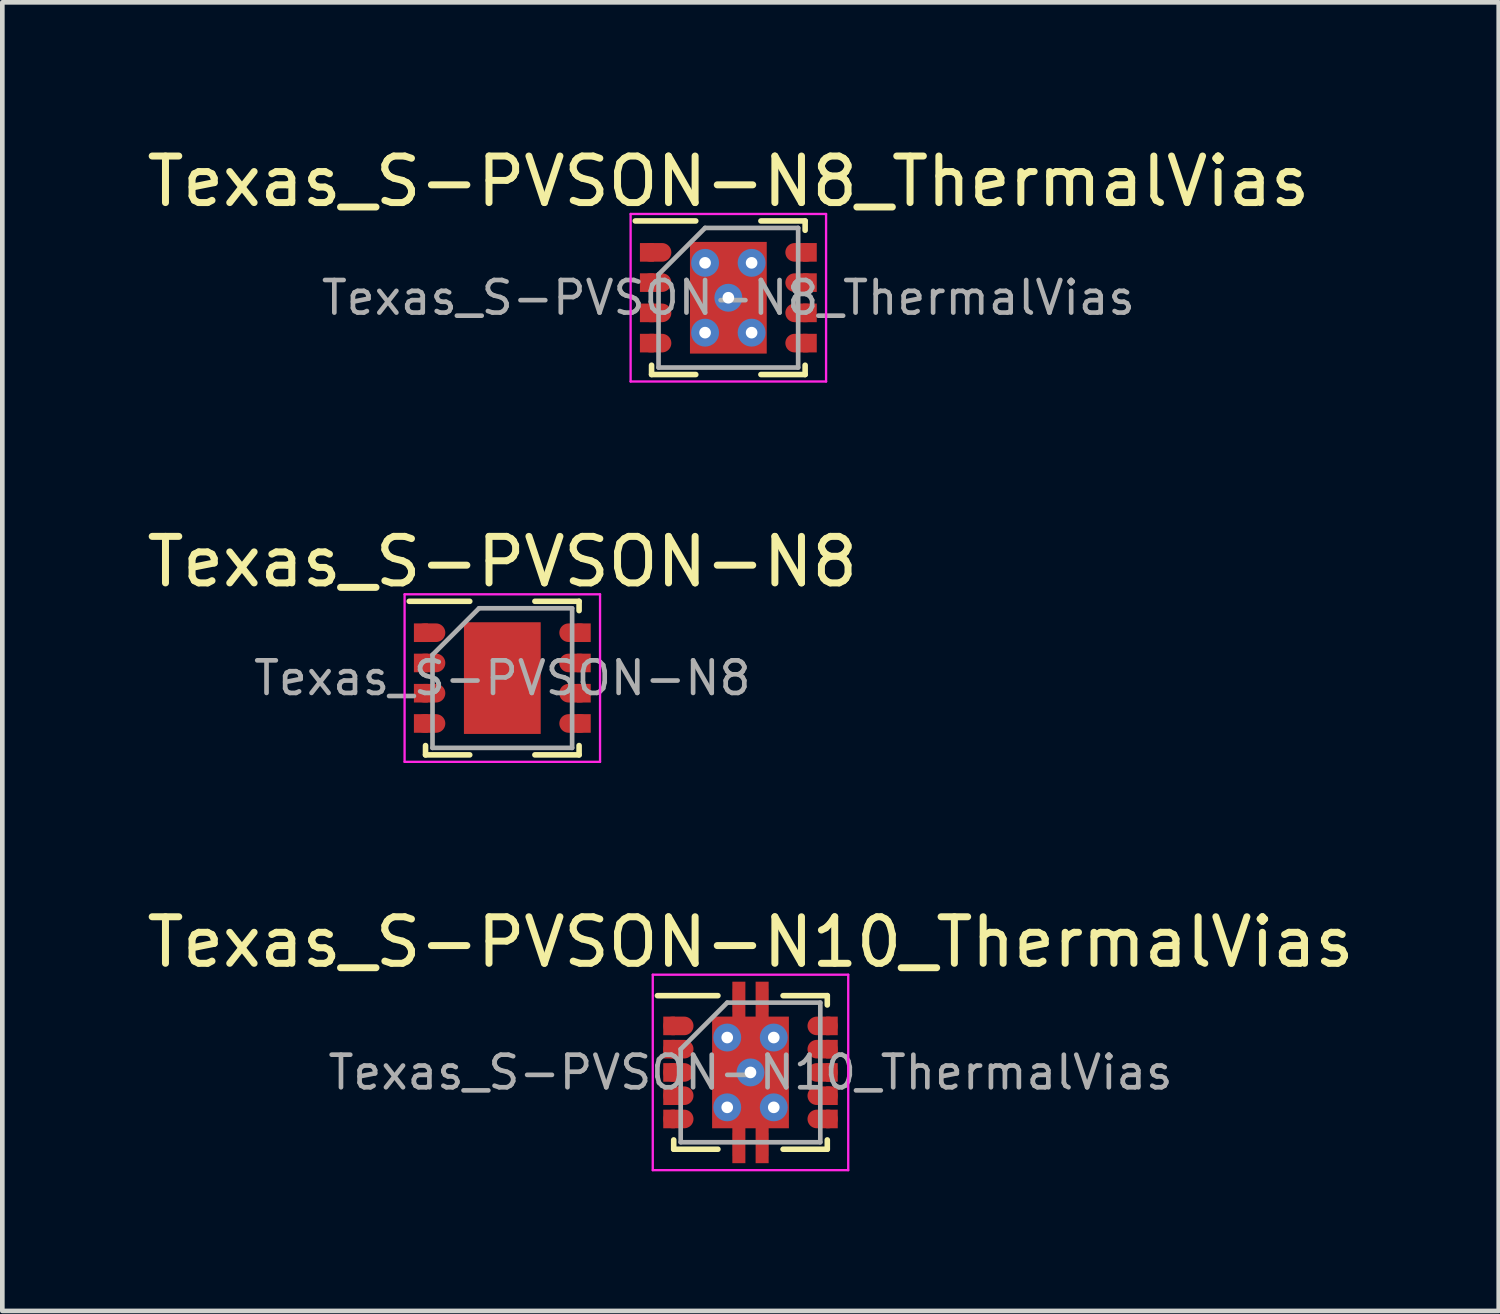
<source format=kicad_pcb>
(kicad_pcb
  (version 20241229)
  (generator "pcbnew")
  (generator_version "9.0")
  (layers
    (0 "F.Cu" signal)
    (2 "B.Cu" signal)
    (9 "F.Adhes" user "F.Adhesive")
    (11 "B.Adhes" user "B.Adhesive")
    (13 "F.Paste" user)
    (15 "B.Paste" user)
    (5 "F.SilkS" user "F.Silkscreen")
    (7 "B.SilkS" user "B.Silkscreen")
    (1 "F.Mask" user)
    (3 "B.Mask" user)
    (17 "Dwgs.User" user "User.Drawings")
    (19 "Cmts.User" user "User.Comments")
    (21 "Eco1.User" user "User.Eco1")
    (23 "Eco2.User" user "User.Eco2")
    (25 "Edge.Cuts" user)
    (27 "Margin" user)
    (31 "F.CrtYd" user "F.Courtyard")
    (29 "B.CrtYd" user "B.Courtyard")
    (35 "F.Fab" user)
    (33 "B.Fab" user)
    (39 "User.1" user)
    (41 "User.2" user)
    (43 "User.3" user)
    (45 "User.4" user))
  (footprint "Texas_S-PVSON-N10_ThermalVias"
    (layer "F.Cu")
    (at 13.077 19.995)
    (property "Reference" "Texas_S-PVSON-N10_ThermalVias" (at 0 -2.8 0) (layer "F.SilkS") (effects (font (size 1 1) (thickness 0.15))))
    (attr smd)
    (fp_line (start -2 -1.65) (end -0.7 -1.65) (stroke (width 0.12) (type solid)) (layer "F.SilkS"))
    (fp_line (start -1.65 1.65) (end -1.65 1.45) (stroke (width 0.12) (type solid)) (layer "F.SilkS"))
    (fp_line (start -1.65 1.65) (end -0.7 1.65) (stroke (width 0.12) (type solid)) (layer "F.SilkS"))
    (fp_line (start 0.7 -1.65) (end 1.65 -1.65) (stroke (width 0.12) (type solid)) (layer "F.SilkS"))
    (fp_line (start 0.7 1.65) (end 1.65 1.65) (stroke (width 0.12) (type solid)) (layer "F.SilkS"))
    (fp_line (start 1.65 -1.45) (end 1.65 -1.65) (stroke (width 0.12) (type solid)) (layer "F.SilkS"))
    (fp_line (start 1.65 1.45) (end 1.65 1.65) (stroke (width 0.12) (type solid)) (layer "F.SilkS"))
    (fp_line (start -2.1 -2.1) (end -2.1 2.1) (stroke (width 0.05) (type solid)) (layer "F.CrtYd"))
    (fp_line (start -2.1 -2.1) (end 2.1 -2.1) (stroke (width 0.05) (type solid)) (layer "F.CrtYd"))
    (fp_line (start -2.1 2.1) (end 2.1 2.1) (stroke (width 0.05) (type solid)) (layer "F.CrtYd"))
    (fp_line (start 2.1 -2.1) (end 2.1 2.1) (stroke (width 0.05) (type solid)) (layer "F.CrtYd"))
    (fp_line (start -1.5 1.5) (end -1.5 -0.5) (stroke (width 0.1) (type solid)) (layer "F.Fab"))
    (fp_line (start -0.5 -1.5) (end -1.5 -0.5) (stroke (width 0.1) (type solid)) (layer "F.Fab"))
    (fp_line (start -0.5 -1.5) (end 1.5 -1.5) (stroke (width 0.1) (type solid)) (layer "F.Fab"))
    (fp_line (start 1.5 -1.5) (end 1.5 1.5) (stroke (width 0.1) (type solid)) (layer "F.Fab"))
    (fp_line (start 1.5 1.5) (end -1.5 1.5) (stroke (width 0.1) (type solid)) (layer "F.Fab"))
    (fp_text user "${REFERENCE}" (at 0 0 0) (layer "F.Fab") (effects (font (size 0.7 0.7) (thickness 0.1))))
    (pad "1" smd rect (at -1.75 -1) (size 0.25 0.4) (layers "F.Cu" "F.Mask" "F.Paste"))
    (pad "1" smd oval (at -1.55 -1) (size 0.65 0.4) (layers "F.Cu" "F.Mask" "F.Paste"))
    (pad "2" smd rect (at -1.75 -0.5) (size 0.25 0.4) (layers "F.Cu" "F.Mask" "F.Paste"))
    (pad "2" smd oval (at -1.55 -0.5) (size 0.65 0.4) (layers "F.Cu" "F.Mask" "F.Paste"))
    (pad "3" smd rect (at -1.75 0) (size 0.25 0.4) (layers "F.Cu" "F.Mask" "F.Paste"))
    (pad "3" smd oval (at -1.55 0) (size 0.65 0.4) (layers "F.Cu" "F.Mask" "F.Paste"))
    (pad "4" smd rect (at -1.75 0.5) (size 0.25 0.4) (layers "F.Cu" "F.Mask" "F.Paste"))
    (pad "4" smd oval (at -1.55 0.5) (size 0.65 0.4) (layers "F.Cu" "F.Mask" "F.Paste"))
    (pad "5" smd rect (at -1.75 1) (size 0.25 0.4) (layers "F.Cu" "F.Mask" "F.Paste"))
    (pad "5" smd oval (at -1.55 1) (size 0.65 0.4) (layers "F.Cu" "F.Mask" "F.Paste"))
    (pad "6" smd oval (at 1.55 1) (size 0.65 0.4) (layers "F.Cu" "F.Mask" "F.Paste"))
    (pad "6" smd rect (at 1.75 1) (size 0.25 0.4) (layers "F.Cu" "F.Mask" "F.Paste"))
    (pad "7" smd oval (at 1.55 0.5) (size 0.65 0.4) (layers "F.Cu" "F.Mask" "F.Paste"))
    (pad "7" smd rect (at 1.75 0.5) (size 0.25 0.4) (layers "F.Cu" "F.Mask" "F.Paste"))
    (pad "8" smd oval (at 1.55 0) (size 0.65 0.4) (layers "F.Cu" "F.Mask" "F.Paste"))
    (pad "8" smd rect (at 1.75 0) (size 0.25 0.4) (layers "F.Cu" "F.Mask" "F.Paste"))
    (pad "9" smd oval (at 1.55 -0.5) (size 0.65 0.4) (layers "F.Cu" "F.Mask" "F.Paste"))
    (pad "9" smd rect (at 1.75 -0.5) (size 0.25 0.4) (layers "F.Cu" "F.Mask" "F.Paste"))
    (pad "10" smd oval (at 1.55 -1) (size 0.65 0.4) (layers "F.Cu" "F.Mask" "F.Paste"))
    (pad "10" smd rect (at 1.75 -1) (size 0.25 0.4) (layers "F.Cu" "F.Mask" "F.Paste"))
    (pad "11" thru_hole circle (at -0.5 -0.75) (size 0.6 0.6) (drill 0.25) (layers "*.Cu" "*.Mask"))
    (pad "11" thru_hole circle (at -0.5 0.75) (size 0.6 0.6) (drill 0.25) (layers "*.Cu" "*.Mask"))
    (pad "11" smd rect (at -0.45 -0.635) (size 0.68 1.05) (layers "F.Cu" "F.Mask" "F.Paste"))
    (pad "11" smd rect (at -0.45 0.635) (size 0.68 1.05) (layers "F.Cu" "F.Mask" "F.Paste"))
    (pad "11" smd rect (at -0.25 -1.55) (size 0.26 0.5) (layers "F.Cu" "F.Mask" "F.Paste"))
    (pad "11" smd rect (at -0.25 -1.55) (size 0.28 0.8) (layers "F.Cu" "F.Mask"))
    (pad "11" smd rect (at -0.25 1.55) (size 0.26 0.5) (layers "F.Cu" "F.Mask" "F.Paste"))
    (pad "11" smd rect (at -0.25 1.55) (size 0.28 0.8) (layers "F.Cu" "F.Mask"))
    (pad "11" thru_hole circle (at 0 0) (size 0.6 0.6) (drill 0.25) (layers "*.Cu" "*.Mask"))
    (pad "11" smd rect (at 0 0) (size 1.65 2.4) (layers "F.Cu" "F.Mask"))
    (pad "11" smd rect (at 0.25 -1.55) (size 0.26 0.5) (layers "F.Cu" "F.Mask" "F.Paste"))
    (pad "11" smd rect (at 0.25 -1.55) (size 0.28 0.8) (layers "F.Cu" "F.Mask"))
    (pad "11" smd rect (at 0.25 1.55) (size 0.26 0.5) (layers "F.Cu" "F.Mask" "F.Paste"))
    (pad "11" smd rect (at 0.25 1.55) (size 0.28 0.8) (layers "F.Cu" "F.Mask"))
    (pad "11" smd rect (at 0.45 -0.635) (size 0.68 1.05) (layers "F.Cu" "F.Mask" "F.Paste"))
    (pad "11" smd rect (at 0.45 0.635) (size 0.68 1.05) (layers "F.Cu" "F.Mask" "F.Paste"))
    (pad "11" thru_hole circle (at 0.5 -0.75) (size 0.6 0.6) (drill 0.25) (layers "*.Cu" "*.Mask"))
    (pad "11" thru_hole circle (at 0.5 0.75) (size 0.6 0.6) (drill 0.25) (layers "*.Cu" "*.Mask")))
  (footprint "Texas_S-PVSON-N8_ThermalVias"
    (layer "F.Cu")
    (at 12.601 3.348)
    (property "Reference" "Texas_S-PVSON-N8_ThermalVias" (at 0 -2.5 0) (layer "F.SilkS") (effects (font (size 1 1) (thickness 0.15))))
    (attr smd)
    (fp_line (start -2 -1.65) (end -0.7 -1.65) (stroke (width 0.12) (type solid)) (layer "F.SilkS"))
    (fp_line (start -1.65 1.65) (end -1.65 1.45) (stroke (width 0.12) (type solid)) (layer "F.SilkS"))
    (fp_line (start -1.65 1.65) (end -0.7 1.65) (stroke (width 0.12) (type solid)) (layer "F.SilkS"))
    (fp_line (start 0.7 -1.65) (end 1.65 -1.65) (stroke (width 0.12) (type solid)) (layer "F.SilkS"))
    (fp_line (start 0.7 1.65) (end 1.65 1.65) (stroke (width 0.12) (type solid)) (layer "F.SilkS"))
    (fp_line (start 1.65 -1.45) (end 1.65 -1.65) (stroke (width 0.12) (type solid)) (layer "F.SilkS"))
    (fp_line (start 1.65 1.45) (end 1.65 1.65) (stroke (width 0.12) (type solid)) (layer "F.SilkS"))
    (fp_line (start -2.1 -1.8) (end -2.1 1.8) (stroke (width 0.05) (type solid)) (layer "F.CrtYd"))
    (fp_line (start -2.1 -1.8) (end 2.1 -1.8) (stroke (width 0.05) (type solid)) (layer "F.CrtYd"))
    (fp_line (start -2.1 1.8) (end 2.1 1.8) (stroke (width 0.05) (type solid)) (layer "F.CrtYd"))
    (fp_line (start 2.1 -1.8) (end 2.1 1.8) (stroke (width 0.05) (type solid)) (layer "F.CrtYd"))
    (fp_line (start -1.5 1.5) (end -1.5 -0.5) (stroke (width 0.1) (type solid)) (layer "F.Fab"))
    (fp_line (start -0.5 -1.5) (end -1.5 -0.5) (stroke (width 0.1) (type solid)) (layer "F.Fab"))
    (fp_line (start -0.5 -1.5) (end 1.5 -1.5) (stroke (width 0.1) (type solid)) (layer "F.Fab"))
    (fp_line (start 1.5 -1.5) (end 1.5 1.5) (stroke (width 0.1) (type solid)) (layer "F.Fab"))
    (fp_line (start 1.5 1.5) (end -1.5 1.5) (stroke (width 0.1) (type solid)) (layer "F.Fab"))
    (fp_text user "${REFERENCE}" (at 0 0 0) (layer "F.Fab") (effects (font (size 0.7 0.7) (thickness 0.1))))
    (pad "1" smd rect (at -1.75 -0.975) (size 0.3 0.4) (layers "F.Cu" "F.Mask" "F.Paste"))
    (pad "1" smd oval (at -1.55 -0.975) (size 0.65 0.4) (layers "F.Cu" "F.Mask" "F.Paste"))
    (pad "2" smd rect (at -1.75 -0.325) (size 0.3 0.4) (layers "F.Cu" "F.Mask" "F.Paste"))
    (pad "2" smd oval (at -1.55 -0.325) (size 0.65 0.4) (layers "F.Cu" "F.Mask" "F.Paste"))
    (pad "3" smd rect (at -1.75 0.325) (size 0.3 0.4) (layers "F.Cu" "F.Mask" "F.Paste"))
    (pad "3" smd oval (at -1.55 0.325) (size 0.65 0.4) (layers "F.Cu" "F.Mask" "F.Paste"))
    (pad "4" smd rect (at -1.75 0.975) (size 0.3 0.4) (layers "F.Cu" "F.Mask" "F.Paste"))
    (pad "4" smd oval (at -1.55 0.975) (size 0.65 0.4) (layers "F.Cu" "F.Mask" "F.Paste"))
    (pad "5" smd oval (at 1.55 0.975) (size 0.65 0.4) (layers "F.Cu" "F.Mask" "F.Paste"))
    (pad "5" smd rect (at 1.75 0.975) (size 0.3 0.4) (layers "F.Cu" "F.Mask" "F.Paste"))
    (pad "6" smd oval (at 1.55 0.325) (size 0.65 0.4) (layers "F.Cu" "F.Mask" "F.Paste"))
    (pad "6" smd rect (at 1.75 0.325) (size 0.3 0.4) (layers "F.Cu" "F.Mask" "F.Paste"))
    (pad "7" smd oval (at 1.55 -0.325) (size 0.65 0.4) (layers "F.Cu" "F.Mask" "F.Paste"))
    (pad "7" smd rect (at 1.75 -0.325) (size 0.3 0.4) (layers "F.Cu" "F.Mask" "F.Paste"))
    (pad "8" smd oval (at 1.55 -0.975) (size 0.65 0.4) (layers "F.Cu" "F.Mask" "F.Paste"))
    (pad "8" smd rect (at 1.75 -0.975) (size 0.3 0.4) (layers "F.Cu" "F.Mask" "F.Paste"))
    (pad "9" thru_hole circle (at -0.5 -0.75) (size 0.6 0.6) (drill 0.25) (layers "*.Cu" "*.Mask"))
    (pad "9" thru_hole circle (at -0.5 0.75) (size 0.6 0.6) (drill 0.25) (layers "*.Cu" "*.Mask"))
    (pad "9" thru_hole circle (at 0 0) (size 0.6 0.6) (drill 0.25) (layers "*.Cu" "*.Mask"))
    (pad "9" smd rect (at 0 0) (size 1.65 2.4) (layers "F.Cu" "F.Mask"))
    (pad "9" thru_hole circle (at 0.5 -0.75) (size 0.6 0.6) (drill 0.25) (layers "*.Cu" "*.Mask"))
    (pad "9" thru_hole circle (at 0.5 0.75) (size 0.6 0.6) (drill 0.25) (layers "*.Cu" "*.Mask")))
  (footprint "Texas_S-PVSON-N8"
    (layer "F.Cu")
    (at 7.744 11.521)
    (property "Reference" "Texas_S-PVSON-N8" (at 0 -2.5 0) (layer "F.SilkS") (effects (font (size 1 1) (thickness 0.15))))
    (attr smd)
    (fp_line (start -2 -1.65) (end -0.7 -1.65) (stroke (width 0.12) (type solid)) (layer "F.SilkS"))
    (fp_line (start -1.65 1.65) (end -1.65 1.45) (stroke (width 0.12) (type solid)) (layer "F.SilkS"))
    (fp_line (start -1.65 1.65) (end -0.7 1.65) (stroke (width 0.12) (type solid)) (layer "F.SilkS"))
    (fp_line (start 0.7 -1.65) (end 1.65 -1.65) (stroke (width 0.12) (type solid)) (layer "F.SilkS"))
    (fp_line (start 0.7 1.65) (end 1.65 1.65) (stroke (width 0.12) (type solid)) (layer "F.SilkS"))
    (fp_line (start 1.65 -1.45) (end 1.65 -1.65) (stroke (width 0.12) (type solid)) (layer "F.SilkS"))
    (fp_line (start 1.65 1.45) (end 1.65 1.65) (stroke (width 0.12) (type solid)) (layer "F.SilkS"))
    (fp_line (start -2.1 -1.8) (end -2.1 1.8) (stroke (width 0.05) (type solid)) (layer "F.CrtYd"))
    (fp_line (start -2.1 -1.8) (end 2.1 -1.8) (stroke (width 0.05) (type solid)) (layer "F.CrtYd"))
    (fp_line (start -2.1 1.8) (end 2.1 1.8) (stroke (width 0.05) (type solid)) (layer "F.CrtYd"))
    (fp_line (start 2.1 -1.8) (end 2.1 1.8) (stroke (width 0.05) (type solid)) (layer "F.CrtYd"))
    (fp_line (start -1.5 1.5) (end -1.5 -0.5) (stroke (width 0.1) (type solid)) (layer "F.Fab"))
    (fp_line (start -0.5 -1.5) (end -1.5 -0.5) (stroke (width 0.1) (type solid)) (layer "F.Fab"))
    (fp_line (start -0.5 -1.5) (end 1.5 -1.5) (stroke (width 0.1) (type solid)) (layer "F.Fab"))
    (fp_line (start 1.5 -1.5) (end 1.5 1.5) (stroke (width 0.1) (type solid)) (layer "F.Fab"))
    (fp_line (start 1.5 1.5) (end -1.5 1.5) (stroke (width 0.1) (type solid)) (layer "F.Fab"))
    (fp_text user "${REFERENCE}" (at 0 0 0) (layer "F.Fab") (effects (font (size 0.7 0.7) (thickness 0.1))))
    (pad "1" smd rect (at -1.75 -0.975) (size 0.3 0.4) (layers "F.Cu" "F.Mask" "F.Paste"))
    (pad "1" smd oval (at -1.55 -0.975) (size 0.65 0.4) (layers "F.Cu" "F.Mask" "F.Paste"))
    (pad "2" smd rect (at -1.75 -0.325) (size 0.3 0.4) (layers "F.Cu" "F.Mask" "F.Paste"))
    (pad "2" smd oval (at -1.55 -0.325) (size 0.65 0.4) (layers "F.Cu" "F.Mask" "F.Paste"))
    (pad "3" smd rect (at -1.75 0.325) (size 0.3 0.4) (layers "F.Cu" "F.Mask" "F.Paste"))
    (pad "3" smd oval (at -1.55 0.325) (size 0.65 0.4) (layers "F.Cu" "F.Mask" "F.Paste"))
    (pad "4" smd rect (at -1.75 0.975) (size 0.3 0.4) (layers "F.Cu" "F.Mask" "F.Paste"))
    (pad "4" smd oval (at -1.55 0.975) (size 0.65 0.4) (layers "F.Cu" "F.Mask" "F.Paste"))
    (pad "5" smd oval (at 1.55 0.975) (size 0.65 0.4) (layers "F.Cu" "F.Mask" "F.Paste"))
    (pad "5" smd rect (at 1.75 0.975) (size 0.3 0.4) (layers "F.Cu" "F.Mask" "F.Paste"))
    (pad "6" smd oval (at 1.55 0.325) (size 0.65 0.4) (layers "F.Cu" "F.Mask" "F.Paste"))
    (pad "6" smd rect (at 1.75 0.325) (size 0.3 0.4) (layers "F.Cu" "F.Mask" "F.Paste"))
    (pad "7" smd oval (at 1.55 -0.325) (size 0.65 0.4) (layers "F.Cu" "F.Mask" "F.Paste"))
    (pad "7" smd rect (at 1.75 -0.325) (size 0.3 0.4) (layers "F.Cu" "F.Mask" "F.Paste"))
    (pad "8" smd oval (at 1.55 -0.975) (size 0.65 0.4) (layers "F.Cu" "F.Mask" "F.Paste"))
    (pad "8" smd rect (at 1.75 -0.975) (size 0.3 0.4) (layers "F.Cu" "F.Mask" "F.Paste"))
    (pad "9" smd rect (at 0 0) (size 1.65 2.4) (layers "F.Cu" "F.Mask")))
  (gr_rect
    (start -3 -3)
    (end 29.155 25.12)
    (stroke (width 0.1) (type default))
    (fill no)
    (layer "Edge.Cuts")))
</source>
